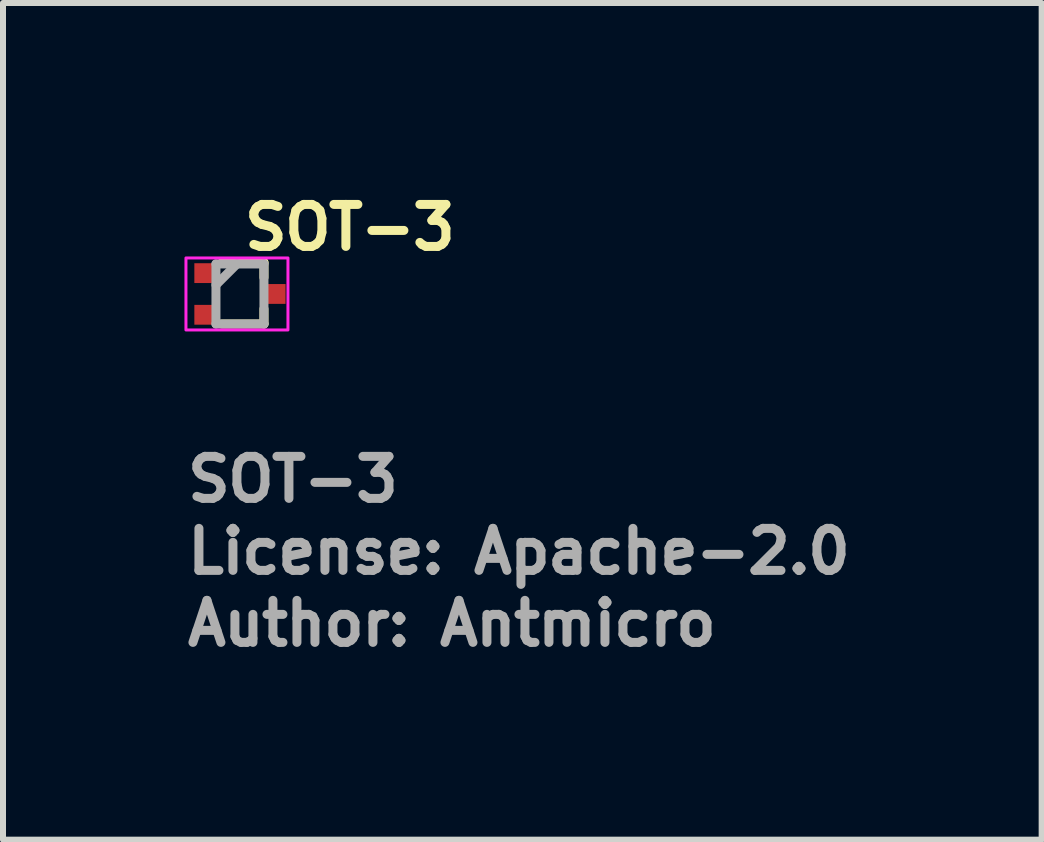
<source format=kicad_pcb>
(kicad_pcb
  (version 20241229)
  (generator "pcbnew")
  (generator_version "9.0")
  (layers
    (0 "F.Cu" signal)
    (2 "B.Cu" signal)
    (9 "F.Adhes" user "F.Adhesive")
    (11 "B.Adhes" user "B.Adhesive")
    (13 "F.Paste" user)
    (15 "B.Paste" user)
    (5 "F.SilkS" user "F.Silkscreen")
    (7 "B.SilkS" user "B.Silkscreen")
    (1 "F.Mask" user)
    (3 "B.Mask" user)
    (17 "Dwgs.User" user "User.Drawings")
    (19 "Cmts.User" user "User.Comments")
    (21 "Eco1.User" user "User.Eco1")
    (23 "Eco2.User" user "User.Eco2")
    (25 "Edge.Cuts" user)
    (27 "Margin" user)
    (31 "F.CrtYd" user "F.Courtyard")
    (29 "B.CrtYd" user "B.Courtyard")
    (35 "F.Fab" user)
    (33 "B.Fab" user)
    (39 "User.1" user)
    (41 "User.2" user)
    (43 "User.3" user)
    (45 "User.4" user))
  (footprint "SOT-3"
    (layer "F.Cu")
    (at 0.949 1.849)
    (property "Reference" "SOT-3" (at 0 -0.699 0) (layer "F.SilkS") (effects (font (size 0.7 0.7) (thickness 0.15)) (justify left bottom)))
    (attr smd)
    (fp_line (start 0.4 -0.525) (end -0.3 -0.525) (stroke (width 0.15) (type solid)) (layer "F.SilkS"))
    (fp_line (start 0.4 -0.275) (end 0.4 -0.525) (stroke (width 0.15) (type solid)) (layer "F.SilkS"))
    (fp_line (start 0.4 0.5) (end -0.3 0.5) (stroke (width 0.15) (type solid)) (layer "F.SilkS"))
    (fp_line (start 0.4 0.5) (end 0.4 0.25) (stroke (width 0.15) (type solid)) (layer "F.SilkS"))
    (fp_rect (start -0.9 -0.6) (end 0.8 0.6) (stroke (width 0.05) (type solid)) (fill no) (layer "F.CrtYd"))
    (fp_line (start -0.4 -0.5) (end 0.4 -0.5) (stroke (width 0.15) (type solid)) (layer "F.Fab"))
    (fp_line (start -0.4 -0.15) (end -0.05 -0.5) (stroke (width 0.15) (type solid)) (layer "F.Fab"))
    (fp_line (start -0.4 0.5) (end -0.4 -0.5) (stroke (width 0.15) (type solid)) (layer "F.Fab"))
    (fp_line (start 0.4 -0.5) (end 0.4 0.5) (stroke (width 0.15) (type solid)) (layer "F.Fab"))
    (fp_line (start 0.4 0.5) (end -0.4 0.5) (stroke (width 0.15) (type solid)) (layer "F.Fab"))
    (fp_rect (start -0.5 -0.5) (end 0.5 0.5) (stroke (width 0.1) (type solid)) (fill no) (layer "User.5"))
    (fp_line (start -0.5 -0.425) (end -0.5 -0.275) (stroke (width 0.02) (type solid)) (layer "User.9"))
    (fp_line (start -0.5 -0.275) (end -0.393 -0.275) (stroke (width 0.02) (type solid)) (layer "User.9"))
    (fp_line (start -0.5 0.275) (end -0.5 0.425) (stroke (width 0.02) (type solid)) (layer "User.9"))
    (fp_line (start -0.5 0.425) (end -0.393 0.425) (stroke (width 0.02) (type solid)) (layer "User.9"))
    (fp_line (start -0.4 -0.474) (end -0.4 -0.425) (stroke (width 0.02) (type solid)) (layer "User.9"))
    (fp_line (start -0.4 -0.474) (end -0.399 -0.476) (stroke (width 0.02) (type solid)) (layer "User.9"))
    (fp_line (start -0.4 -0.275) (end -0.4 0.275) (stroke (width 0.02) (type solid)) (layer "User.9"))
    (fp_line (start -0.4 0.425) (end -0.4 0.474) (stroke (width 0.02) (type solid)) (layer "User.9"))
    (fp_line (start -0.399 -0.48) (end -0.398 -0.481) (stroke (width 0.02) (type solid)) (layer "User.9"))
    (fp_line (start -0.399 -0.478) (end -0.399 -0.48) (stroke (width 0.02) (type solid)) (layer "User.9"))
    (fp_line (start -0.399 -0.476) (end -0.399 -0.478) (stroke (width 0.02) (type solid)) (layer "User.9"))
    (fp_line (start -0.399 0.476) (end -0.4 0.474) (stroke (width 0.02) (type solid)) (layer "User.9"))
    (fp_line (start -0.399 0.478) (end -0.399 0.476) (stroke (width 0.02) (type solid)) (layer "User.9"))
    (fp_line (start -0.399 0.48) (end -0.399 0.478) (stroke (width 0.02) (type solid)) (layer "User.9"))
    (fp_line (start -0.398 -0.484) (end -0.397 -0.485) (stroke (width 0.02) (type solid)) (layer "User.9"))
    (fp_line (start -0.398 -0.482) (end -0.398 -0.484) (stroke (width 0.02) (type solid)) (layer "User.9"))
    (fp_line (start -0.398 -0.481) (end -0.398 -0.482) (stroke (width 0.02) (type solid)) (layer "User.9"))
    (fp_line (start -0.398 0.481) (end -0.399 0.48) (stroke (width 0.02) (type solid)) (layer "User.9"))
    (fp_line (start -0.398 0.482) (end -0.398 0.481) (stroke (width 0.02) (type solid)) (layer "User.9"))
    (fp_line (start -0.398 0.484) (end -0.398 0.482) (stroke (width 0.02) (type solid)) (layer "User.9"))
    (fp_line (start -0.397 -0.486) (end -0.396 -0.487) (stroke (width 0.02) (type solid)) (layer "User.9"))
    (fp_line (start -0.397 -0.485) (end -0.397 -0.486) (stroke (width 0.02) (type solid)) (layer "User.9"))
    (fp_line (start -0.397 0.485) (end -0.398 0.484) (stroke (width 0.02) (type solid)) (layer "User.9"))
    (fp_line (start -0.397 0.486) (end -0.397 0.485) (stroke (width 0.02) (type solid)) (layer "User.9"))
    (fp_line (start -0.396 -0.488) (end -0.395 -0.489) (stroke (width 0.02) (type solid)) (layer "User.9"))
    (fp_line (start -0.396 -0.487) (end -0.396 -0.488) (stroke (width 0.02) (type solid)) (layer "User.9"))
    (fp_line (start -0.396 0.487) (end -0.397 0.486) (stroke (width 0.02) (type solid)) (layer "User.9"))
    (fp_line (start -0.396 0.488) (end -0.396 0.487) (stroke (width 0.02) (type solid)) (layer "User.9"))
    (fp_line (start -0.395 -0.489) (end -0.394 -0.49) (stroke (width 0.02) (type solid)) (layer "User.9"))
    (fp_line (start -0.395 0.489) (end -0.396 0.488) (stroke (width 0.02) (type solid)) (layer "User.9"))
    (fp_line (start -0.394 -0.491) (end -0.393 -0.492) (stroke (width 0.02) (type solid)) (layer "User.9"))
    (fp_line (start -0.394 -0.49) (end -0.394 -0.491) (stroke (width 0.02) (type solid)) (layer "User.9"))
    (fp_line (start -0.394 0.49) (end -0.395 0.489) (stroke (width 0.02) (type solid)) (layer "User.9"))
    (fp_line (start -0.394 0.491) (end -0.394 0.49) (stroke (width 0.02) (type solid)) (layer "User.9"))
    (fp_line (start -0.393 -0.492) (end -0.392 -0.492) (stroke (width 0.02) (type solid)) (layer "User.9"))
    (fp_line (start -0.393 -0.425) (end -0.5 -0.425) (stroke (width 0.02) (type solid)) (layer "User.9"))
    (fp_line (start -0.393 -0.425) (end -0.393 -0.275) (stroke (width 0.02) (type solid)) (layer "User.9"))
    (fp_line (start -0.393 0.275) (end -0.5 0.275) (stroke (width 0.02) (type solid)) (layer "User.9"))
    (fp_line (start -0.393 0.275) (end -0.393 0.425) (stroke (width 0.02) (type solid)) (layer "User.9"))
    (fp_line (start -0.393 0.492) (end -0.394 0.491) (stroke (width 0.02) (type solid)) (layer "User.9"))
    (fp_line (start -0.392 -0.493) (end -0.391 -0.494) (stroke (width 0.02) (type solid)) (layer "User.9"))
    (fp_line (start -0.392 -0.492) (end -0.392 -0.493) (stroke (width 0.02) (type solid)) (layer "User.9"))
    (fp_line (start -0.392 0.492) (end -0.393 0.492) (stroke (width 0.02) (type solid)) (layer "User.9"))
    (fp_line (start -0.392 0.493) (end -0.392 0.492) (stroke (width 0.02) (type solid)) (layer "User.9"))
    (fp_line (start -0.391 -0.494) (end -0.39 -0.494) (stroke (width 0.02) (type solid)) (layer "User.9"))
    (fp_line (start -0.391 0.494) (end -0.392 0.493) (stroke (width 0.02) (type solid)) (layer "User.9"))
    (fp_line (start -0.39 -0.494) (end -0.389 -0.495) (stroke (width 0.02) (type solid)) (layer "User.9"))
    (fp_line (start -0.39 0.494) (end -0.391 0.494) (stroke (width 0.02) (type solid)) (layer "User.9"))
    (fp_line (start -0.389 -0.495) (end -0.388 -0.496) (stroke (width 0.02) (type solid)) (layer "User.9"))
    (fp_line (start -0.389 0.495) (end -0.39 0.494) (stroke (width 0.02) (type solid)) (layer "User.9"))
    (fp_line (start -0.388 -0.496) (end -0.387 -0.496) (stroke (width 0.02) (type solid)) (layer "User.9"))
    (fp_line (start -0.388 0.496) (end -0.389 0.495) (stroke (width 0.02) (type solid)) (layer "User.9"))
    (fp_line (start -0.387 -0.496) (end -0.386 -0.497) (stroke (width 0.02) (type solid)) (layer "User.9"))
    (fp_line (start -0.387 0.496) (end -0.388 0.496) (stroke (width 0.02) (type solid)) (layer "User.9"))
    (fp_line (start -0.386 -0.497) (end -0.385 -0.497) (stroke (width 0.02) (type solid)) (layer "User.9"))
    (fp_line (start -0.386 0.497) (end -0.387 0.496) (stroke (width 0.02) (type solid)) (layer "User.9"))
    (fp_line (start -0.385 -0.497) (end -0.384 -0.498) (stroke (width 0.02) (type solid)) (layer "User.9"))
    (fp_line (start -0.385 0.497) (end -0.386 0.497) (stroke (width 0.02) (type solid)) (layer "User.9"))
    (fp_line (start -0.384 -0.498) (end -0.382 -0.498) (stroke (width 0.02) (type solid)) (layer "User.9"))
    (fp_line (start -0.384 0.498) (end -0.385 0.497) (stroke (width 0.02) (type solid)) (layer "User.9"))
    (fp_line (start -0.382 -0.498) (end -0.381 -0.498) (stroke (width 0.02) (type solid)) (layer "User.9"))
    (fp_line (start -0.382 0.498) (end -0.384 0.498) (stroke (width 0.02) (type solid)) (layer "User.9"))
    (fp_line (start -0.381 -0.498) (end -0.38 -0.499) (stroke (width 0.02) (type solid)) (layer "User.9"))
    (fp_line (start -0.381 0.498) (end -0.382 0.498) (stroke (width 0.02) (type solid)) (layer "User.9"))
    (fp_line (start -0.38 -0.499) (end -0.379 -0.499) (stroke (width 0.02) (type solid)) (layer "User.9"))
    (fp_line (start -0.38 0.499) (end -0.381 0.498) (stroke (width 0.02) (type solid)) (layer "User.9"))
    (fp_line (start -0.379 -0.499) (end -0.377 -0.499) (stroke (width 0.02) (type solid)) (layer "User.9"))
    (fp_line (start -0.379 0.499) (end -0.38 0.499) (stroke (width 0.02) (type solid)) (layer "User.9"))
    (fp_line (start -0.377 -0.499) (end -0.375 -0.5) (stroke (width 0.02) (type solid)) (layer "User.9"))
    (fp_line (start -0.377 0.499) (end -0.379 0.499) (stroke (width 0.02) (type solid)) (layer "User.9"))
    (fp_line (start -0.375 -0.5) (end 0.375 -0.5) (stroke (width 0.02) (type solid)) (layer "User.9"))
    (fp_line (start -0.375 0.5) (end -0.377 0.499) (stroke (width 0.02) (type solid)) (layer "User.9"))
    (fp_line (start -0.375 0.5) (end 0.375 0.5) (stroke (width 0.02) (type solid)) (layer "User.9"))
    (fp_line (start -0.36 -0.442) (end -0.36 -0.44) (stroke (width 0.02) (type solid)) (layer "User.9"))
    (fp_line (start -0.36 -0.44) (end -0.36 -0.439) (stroke (width 0.02) (type solid)) (layer "User.9"))
    (fp_line (start -0.36 -0.439) (end -0.36 -0.438) (stroke (width 0.02) (type solid)) (layer "User.9"))
    (fp_line (start -0.36 -0.438) (end -0.36 -0.437) (stroke (width 0.02) (type solid)) (layer "User.9"))
    (fp_line (start -0.36 -0.437) (end -0.36 -0.435) (stroke (width 0.02) (type solid)) (layer "User.9"))
    (fp_line (start -0.36 0.435) (end -0.36 0.437) (stroke (width 0.02) (type solid)) (layer "User.9"))
    (fp_line (start -0.36 0.437) (end -0.36 0.438) (stroke (width 0.02) (type solid)) (layer "User.9"))
    (fp_line (start -0.36 0.438) (end -0.36 0.439) (stroke (width 0.02) (type solid)) (layer "User.9"))
    (fp_line (start -0.36 0.439) (end -0.36 0.44) (stroke (width 0.02) (type solid)) (layer "User.9"))
    (fp_line (start -0.36 0.44) (end -0.36 0.442) (stroke (width 0.02) (type solid)) (layer "User.9"))
    (fp_line (start -0.36 0.442) (end -0.359 0.443) (stroke (width 0.02) (type solid)) (layer "User.9"))
    (fp_line (start -0.359 -0.444) (end -0.359 -0.443) (stroke (width 0.02) (type solid)) (layer "User.9"))
    (fp_line (start -0.359 -0.443) (end -0.36 -0.442) (stroke (width 0.02) (type solid)) (layer "User.9"))
    (fp_line (start -0.359 0.443) (end -0.359 0.444) (stroke (width 0.02) (type solid)) (layer "User.9"))
    (fp_line (start -0.359 0.444) (end -0.358 0.445) (stroke (width 0.02) (type solid)) (layer "User.9"))
    (fp_line (start -0.358 -0.446) (end -0.358 -0.445) (stroke (width 0.02) (type solid)) (layer "User.9"))
    (fp_line (start -0.358 -0.445) (end -0.359 -0.444) (stroke (width 0.02) (type solid)) (layer "User.9"))
    (fp_line (start -0.358 0.445) (end -0.358 0.446) (stroke (width 0.02) (type solid)) (layer "User.9"))
    (fp_line (start -0.358 0.446) (end -0.357 0.447) (stroke (width 0.02) (type solid)) (layer "User.9"))
    (fp_line (start -0.357 -0.448) (end -0.357 -0.447) (stroke (width 0.02) (type solid)) (layer "User.9"))
    (fp_line (start -0.357 -0.447) (end -0.358 -0.446) (stroke (width 0.02) (type solid)) (layer "User.9"))
    (fp_line (start -0.357 0.447) (end -0.357 0.448) (stroke (width 0.02) (type solid)) (layer "User.9"))
    (fp_line (start -0.357 0.448) (end -0.356 0.449) (stroke (width 0.02) (type solid)) (layer "User.9"))
    (fp_line (start -0.356 -0.449) (end -0.357 -0.448) (stroke (width 0.02) (type solid)) (layer "User.9"))
    (fp_line (start -0.356 0.449) (end -0.355 0.45) (stroke (width 0.02) (type solid)) (layer "User.9"))
    (fp_line (start -0.355 -0.451) (end -0.355 -0.45) (stroke (width 0.02) (type solid)) (layer "User.9"))
    (fp_line (start -0.355 -0.45) (end -0.356 -0.449) (stroke (width 0.02) (type solid)) (layer "User.9"))
    (fp_line (start -0.355 0.45) (end -0.355 0.451) (stroke (width 0.02) (type solid)) (layer "User.9"))
    (fp_line (start -0.355 0.451) (end -0.354 0.452) (stroke (width 0.02) (type solid)) (layer "User.9"))
    (fp_line (start -0.354 -0.452) (end -0.355 -0.451) (stroke (width 0.02) (type solid)) (layer "User.9"))
    (fp_line (start -0.354 0.452) (end -0.353 0.453) (stroke (width 0.02) (type solid)) (layer "User.9"))
    (fp_line (start -0.353 -0.453) (end -0.354 -0.452) (stroke (width 0.02) (type solid)) (layer "User.9"))
    (fp_line (start -0.353 0.453) (end -0.352 0.454) (stroke (width 0.02) (type solid)) (layer "User.9"))
    (fp_line (start -0.352 -0.454) (end -0.353 -0.453) (stroke (width 0.02) (type solid)) (layer "User.9"))
    (fp_line (start -0.352 0.454) (end -0.35 0.455) (stroke (width 0.02) (type solid)) (layer "User.9"))
    (fp_line (start -0.35 -0.455) (end -0.352 -0.454) (stroke (width 0.02) (type solid)) (layer "User.9"))
    (fp_line (start -0.35 0.455) (end -0.349 0.455) (stroke (width 0.02) (type solid)) (layer "User.9"))
    (fp_line (start -0.349 -0.455) (end -0.35 -0.455) (stroke (width 0.02) (type solid)) (layer "User.9"))
    (fp_line (start -0.349 0.455) (end -0.348 0.456) (stroke (width 0.02) (type solid)) (layer "User.9"))
    (fp_line (start -0.348 -0.456) (end -0.349 -0.455) (stroke (width 0.02) (type solid)) (layer "User.9"))
    (fp_line (start -0.348 0.456) (end -0.347 0.457) (stroke (width 0.02) (type solid)) (layer "User.9"))
    (fp_line (start -0.347 -0.457) (end -0.348 -0.456) (stroke (width 0.02) (type solid)) (layer "User.9"))
    (fp_line (start -0.347 0.457) (end -0.346 0.457) (stroke (width 0.02) (type solid)) (layer "User.9"))
    (fp_line (start -0.346 -0.457) (end -0.347 -0.457) (stroke (width 0.02) (type solid)) (layer "User.9"))
    (fp_line (start -0.346 0.457) (end -0.345 0.458) (stroke (width 0.02) (type solid)) (layer "User.9"))
    (fp_line (start -0.345 -0.458) (end -0.346 -0.457) (stroke (width 0.02) (type solid)) (layer "User.9"))
    (fp_line (start -0.345 0.458) (end -0.344 0.458) (stroke (width 0.02) (type solid)) (layer "User.9"))
    (fp_line (start -0.344 -0.458) (end -0.345 -0.458) (stroke (width 0.02) (type solid)) (layer "User.9"))
    (fp_line (start -0.344 0.458) (end -0.343 0.459) (stroke (width 0.02) (type solid)) (layer "User.9"))
    (fp_line (start -0.343 -0.459) (end -0.344 -0.458) (stroke (width 0.02) (type solid)) (layer "User.9"))
    (fp_line (start -0.343 -0.459) (end -0.343 -0.459) (stroke (width 0.02) (type solid)) (layer "User.9"))
    (fp_line (start -0.343 0.459) (end -0.343 0.459) (stroke (width 0.02) (type solid)) (layer "User.9"))
    (fp_line (start -0.343 0.459) (end -0.342 0.46) (stroke (width 0.02) (type solid)) (layer "User.9"))
    (fp_line (start -0.342 -0.46) (end -0.343 -0.459) (stroke (width 0.02) (type solid)) (layer "User.9"))
    (fp_line (start -0.342 0.46) (end -0.34 0.46) (stroke (width 0.02) (type solid)) (layer "User.9"))
    (fp_line (start -0.34 -0.46) (end -0.342 -0.46) (stroke (width 0.02) (type solid)) (layer "User.9"))
    (fp_line (start -0.34 0.46) (end -0.339 0.46) (stroke (width 0.02) (type solid)) (layer "User.9"))
    (fp_line (start -0.339 -0.46) (end -0.34 -0.46) (stroke (width 0.02) (type solid)) (layer "User.9"))
    (fp_line (start -0.339 0.46) (end -0.338 0.46) (stroke (width 0.02) (type solid)) (layer "User.9"))
    (fp_line (start -0.338 -0.46) (end -0.339 -0.46) (stroke (width 0.02) (type solid)) (layer "User.9"))
    (fp_line (start -0.338 0.46) (end -0.337 0.46) (stroke (width 0.02) (type solid)) (layer "User.9"))
    (fp_line (start -0.337 -0.46) (end -0.338 -0.46) (stroke (width 0.02) (type solid)) (layer "User.9"))
    (fp_line (start -0.337 0.46) (end -0.335 0.46) (stroke (width 0.02) (type solid)) (layer "User.9"))
    (fp_line (start -0.335 -0.46) (end -0.337 -0.46) (stroke (width 0.02) (type solid)) (layer "User.9"))
    (fp_line (start -0.335 -0.435) (end -0.335 -0.46) (stroke (width 0.02) (type solid)) (layer "User.9"))
    (fp_line (start -0.335 0.435) (end -0.36 0.435) (stroke (width 0.02) (type solid)) (layer "User.9"))
    (fp_line (start 0.335 -0.46) (end 0.335 -0.435) (stroke (width 0.02) (type solid)) (layer "User.9"))
    (fp_line (start 0.335 -0.435) (end 0.36 -0.435) (stroke (width 0.02) (type solid)) (layer "User.9"))
    (fp_line (start 0.335 0.435) (end 0.335 0.46) (stroke (width 0.02) (type solid)) (layer "User.9"))
    (fp_line (start 0.335 0.46) (end 0.337 0.46) (stroke (width 0.02) (type solid)) (layer "User.9"))
    (fp_line (start 0.337 0.46) (end 0.338 0.46) (stroke (width 0.02) (type solid)) (layer "User.9"))
    (fp_line (start 0.338 0.46) (end 0.339 0.46) (stroke (width 0.02) (type solid)) (layer "User.9"))
    (fp_line (start 0.339 0.46) (end 0.34 0.46) (stroke (width 0.02) (type solid)) (layer "User.9"))
    (fp_line (start 0.34 0.46) (end 0.342 0.46) (stroke (width 0.02) (type solid)) (layer "User.9"))
    (fp_line (start 0.342 0.46) (end 0.343 0.459) (stroke (width 0.02) (type solid)) (layer "User.9"))
    (fp_line (start 0.343 0.459) (end 0.343 0.459) (stroke (width 0.02) (type solid)) (layer "User.9"))
    (fp_line (start 0.343 0.459) (end 0.344 0.458) (stroke (width 0.02) (type solid)) (layer "User.9"))
    (fp_line (start 0.344 0.458) (end 0.345 0.458) (stroke (width 0.02) (type solid)) (layer "User.9"))
    (fp_line (start 0.345 0.458) (end 0.346 0.457) (stroke (width 0.02) (type solid)) (layer "User.9"))
    (fp_line (start 0.346 0.457) (end 0.347 0.457) (stroke (width 0.02) (type solid)) (layer "User.9"))
    (fp_line (start 0.347 0.457) (end 0.348 0.456) (stroke (width 0.02) (type solid)) (layer "User.9"))
    (fp_line (start 0.348 0.456) (end 0.349 0.455) (stroke (width 0.02) (type solid)) (layer "User.9"))
    (fp_line (start 0.349 0.455) (end 0.35 0.455) (stroke (width 0.02) (type solid)) (layer "User.9"))
    (fp_line (start 0.35 0.455) (end 0.352 0.454) (stroke (width 0.02) (type solid)) (layer "User.9"))
    (fp_line (start 0.352 0.454) (end 0.353 0.453) (stroke (width 0.02) (type solid)) (layer "User.9"))
    (fp_line (start 0.353 0.453) (end 0.354 0.452) (stroke (width 0.02) (type solid)) (layer "User.9"))
    (fp_line (start 0.354 0.452) (end 0.355 0.451) (stroke (width 0.02) (type solid)) (layer "User.9"))
    (fp_line (start 0.355 0.45) (end 0.356 0.449) (stroke (width 0.02) (type solid)) (layer "User.9"))
    (fp_line (start 0.355 0.451) (end 0.355 0.45) (stroke (width 0.02) (type solid)) (layer "User.9"))
    (fp_line (start 0.356 0.449) (end 0.357 0.448) (stroke (width 0.02) (type solid)) (layer "User.9"))
    (fp_line (start 0.357 0.447) (end 0.358 0.446) (stroke (width 0.02) (type solid)) (layer "User.9"))
    (fp_line (start 0.357 0.448) (end 0.357 0.447) (stroke (width 0.02) (type solid)) (layer "User.9"))
    (fp_line (start 0.358 0.445) (end 0.359 0.444) (stroke (width 0.02) (type solid)) (layer "User.9"))
    (fp_line (start 0.358 0.446) (end 0.358 0.445) (stroke (width 0.02) (type solid)) (layer "User.9"))
    (fp_line (start 0.359 0.443) (end 0.36 0.442) (stroke (width 0.02) (type solid)) (layer "User.9"))
    (fp_line (start 0.359 0.444) (end 0.359 0.443) (stroke (width 0.02) (type solid)) (layer "User.9"))
    (fp_line (start 0.36 0.437) (end 0.36 0.435) (stroke (width 0.02) (type solid)) (layer "User.9"))
    (fp_line (start 0.36 0.438) (end 0.36 0.437) (stroke (width 0.02) (type solid)) (layer "User.9"))
    (fp_line (start 0.36 0.439) (end 0.36 0.438) (stroke (width 0.02) (type solid)) (layer "User.9"))
    (fp_line (start 0.36 0.44) (end 0.36 0.439) (stroke (width 0.02) (type solid)) (layer "User.9"))
    (fp_line (start 0.36 0.442) (end 0.36 0.44) (stroke (width 0.02) (type solid)) (layer "User.9"))
    (fp_line (start 0.375 -0.5) (end 0.377 -0.499) (stroke (width 0.02) (type solid)) (layer "User.9"))
    (fp_line (start 0.377 -0.499) (end 0.379 -0.499) (stroke (width 0.02) (type solid)) (layer "User.9"))
    (fp_line (start 0.377 0.499) (end 0.375 0.5) (stroke (width 0.02) (type solid)) (layer "User.9"))
    (fp_line (start 0.379 -0.499) (end 0.38 -0.499) (stroke (width 0.02) (type solid)) (layer "User.9"))
    (fp_line (start 0.379 0.499) (end 0.377 0.499) (stroke (width 0.02) (type solid)) (layer "User.9"))
    (fp_line (start 0.38 -0.499) (end 0.381 -0.498) (stroke (width 0.02) (type solid)) (layer "User.9"))
    (fp_line (start 0.38 0.499) (end 0.379 0.499) (stroke (width 0.02) (type solid)) (layer "User.9"))
    (fp_line (start 0.381 -0.498) (end 0.382 -0.498) (stroke (width 0.02) (type solid)) (layer "User.9"))
    (fp_line (start 0.381 0.498) (end 0.38 0.499) (stroke (width 0.02) (type solid)) (layer "User.9"))
    (fp_line (start 0.382 -0.498) (end 0.384 -0.498) (stroke (width 0.02) (type solid)) (layer "User.9"))
    (fp_line (start 0.382 0.498) (end 0.381 0.498) (stroke (width 0.02) (type solid)) (layer "User.9"))
    (fp_line (start 0.384 -0.498) (end 0.385 -0.497) (stroke (width 0.02) (type solid)) (layer "User.9"))
    (fp_line (start 0.384 0.498) (end 0.382 0.498) (stroke (width 0.02) (type solid)) (layer "User.9"))
    (fp_line (start 0.385 -0.497) (end 0.386 -0.497) (stroke (width 0.02) (type solid)) (layer "User.9"))
    (fp_line (start 0.385 0.497) (end 0.384 0.498) (stroke (width 0.02) (type solid)) (layer "User.9"))
    (fp_line (start 0.386 -0.497) (end 0.387 -0.496) (stroke (width 0.02) (type solid)) (layer "User.9"))
    (fp_line (start 0.386 0.497) (end 0.385 0.497) (stroke (width 0.02) (type solid)) (layer "User.9"))
    (fp_line (start 0.387 -0.496) (end 0.388 -0.496) (stroke (width 0.02) (type solid)) (layer "User.9"))
    (fp_line (start 0.387 0.496) (end 0.386 0.497) (stroke (width 0.02) (type solid)) (layer "User.9"))
    (fp_line (start 0.388 -0.496) (end 0.389 -0.495) (stroke (width 0.02) (type solid)) (layer "User.9"))
    (fp_line (start 0.388 0.496) (end 0.387 0.496) (stroke (width 0.02) (type solid)) (layer "User.9"))
    (fp_line (start 0.389 -0.495) (end 0.39 -0.494) (stroke (width 0.02) (type solid)) (layer "User.9"))
    (fp_line (start 0.389 0.495) (end 0.388 0.496) (stroke (width 0.02) (type solid)) (layer "User.9"))
    (fp_line (start 0.39 -0.494) (end 0.391 -0.494) (stroke (width 0.02) (type solid)) (layer "User.9"))
    (fp_line (start 0.39 0.494) (end 0.389 0.495) (stroke (width 0.02) (type solid)) (layer "User.9"))
    (fp_line (start 0.391 -0.494) (end 0.392 -0.493) (stroke (width 0.02) (type solid)) (layer "User.9"))
    (fp_line (start 0.391 0.494) (end 0.39 0.494) (stroke (width 0.02) (type solid)) (layer "User.9"))
    (fp_line (start 0.392 -0.493) (end 0.392 -0.492) (stroke (width 0.02) (type solid)) (layer "User.9"))
    (fp_line (start 0.392 -0.492) (end 0.393 -0.492) (stroke (width 0.02) (type solid)) (layer "User.9"))
    (fp_line (start 0.392 0.492) (end 0.392 0.493) (stroke (width 0.02) (type solid)) (layer "User.9"))
    (fp_line (start 0.392 0.493) (end 0.391 0.494) (stroke (width 0.02) (type solid)) (layer "User.9"))
    (fp_line (start 0.393 -0.492) (end 0.394 -0.491) (stroke (width 0.02) (type solid)) (layer "User.9"))
    (fp_line (start 0.393 -0.075) (end 0.393 0.075) (stroke (width 0.02) (type solid)) (layer "User.9"))
    (fp_line (start 0.393 0.075) (end 0.5 0.075) (stroke (width 0.02) (type solid)) (layer "User.9"))
    (fp_line (start 0.393 0.492) (end 0.392 0.492) (stroke (width 0.02) (type solid)) (layer "User.9"))
    (fp_line (start 0.394 -0.491) (end 0.394 -0.49) (stroke (width 0.02) (type solid)) (layer "User.9"))
    (fp_line (start 0.394 -0.49) (end 0.395 -0.489) (stroke (width 0.02) (type solid)) (layer "User.9"))
    (fp_line (start 0.394 0.49) (end 0.394 0.491) (stroke (width 0.02) (type solid)) (layer "User.9"))
    (fp_line (start 0.394 0.491) (end 0.393 0.492) (stroke (width 0.02) (type solid)) (layer "User.9"))
    (fp_line (start 0.395 -0.489) (end 0.396 -0.488) (stroke (width 0.02) (type solid)) (layer "User.9"))
    (fp_line (start 0.395 0.489) (end 0.394 0.49) (stroke (width 0.02) (type solid)) (layer "User.9"))
    (fp_line (start 0.396 -0.488) (end 0.396 -0.487) (stroke (width 0.02) (type solid)) (layer "User.9"))
    (fp_line (start 0.396 -0.487) (end 0.397 -0.486) (stroke (width 0.02) (type solid)) (layer "User.9"))
    (fp_line (start 0.396 0.487) (end 0.396 0.488) (stroke (width 0.02) (type solid)) (layer "User.9"))
    (fp_line (start 0.396 0.488) (end 0.395 0.489) (stroke (width 0.02) (type solid)) (layer "User.9"))
    (fp_line (start 0.397 -0.486) (end 0.397 -0.485) (stroke (width 0.02) (type solid)) (layer "User.9"))
    (fp_line (start 0.397 -0.485) (end 0.398 -0.484) (stroke (width 0.02) (type solid)) (layer "User.9"))
    (fp_line (start 0.397 0.485) (end 0.397 0.486) (stroke (width 0.02) (type solid)) (layer "User.9"))
    (fp_line (start 0.397 0.486) (end 0.396 0.487) (stroke (width 0.02) (type solid)) (layer "User.9"))
    (fp_line (start 0.398 -0.484) (end 0.398 -0.482) (stroke (width 0.02) (type solid)) (layer "User.9"))
    (fp_line (start 0.398 -0.482) (end 0.398 -0.481) (stroke (width 0.02) (type solid)) (layer "User.9"))
    (fp_line (start 0.398 -0.481) (end 0.399 -0.48) (stroke (width 0.02) (type solid)) (layer "User.9"))
    (fp_line (start 0.398 0.481) (end 0.398 0.482) (stroke (width 0.02) (type solid)) (layer "User.9"))
    (fp_line (start 0.398 0.482) (end 0.398 0.484) (stroke (width 0.02) (type solid)) (layer "User.9"))
    (fp_line (start 0.398 0.484) (end 0.397 0.485) (stroke (width 0.02) (type solid)) (layer "User.9"))
    (fp_line (start 0.399 -0.48) (end 0.399 -0.478) (stroke (width 0.02) (type solid)) (layer "User.9"))
    (fp_line (start 0.399 -0.478) (end 0.399 -0.476) (stroke (width 0.02) (type solid)) (layer "User.9"))
    (fp_line (start 0.399 -0.476) (end 0.4 -0.474) (stroke (width 0.02) (type solid)) (layer "User.9"))
    (fp_line (start 0.399 0.476) (end 0.399 0.478) (stroke (width 0.02) (type solid)) (layer "User.9"))
    (fp_line (start 0.399 0.478) (end 0.399 0.48) (stroke (width 0.02) (type solid)) (layer "User.9"))
    (fp_line (start 0.399 0.48) (end 0.398 0.481) (stroke (width 0.02) (type solid)) (layer "User.9"))
    (fp_line (start 0.4 -0.474) (end 0.4 -0.075) (stroke (width 0.02) (type solid)) (layer "User.9"))
    (fp_line (start 0.4 0.075) (end 0.4 0.474) (stroke (width 0.02) (type solid)) (layer "User.9"))
    (fp_line (start 0.4 0.474) (end 0.399 0.476) (stroke (width 0.02) (type solid)) (layer "User.9"))
    (fp_line (start 0.5 -0.075) (end 0.393 -0.075) (stroke (width 0.02) (type solid)) (layer "User.9"))
    (fp_line (start 0.5 0.075) (end 0.5 -0.075) (stroke (width 0.02) (type solid)) (layer "User.9"))
    (fp_text user "License: Apache-2.0" (at -0.949 4.7 0) (layer "F.Fab") (effects (font (size 0.7 0.7) (thickness 0.15)) (justify left bottom)))
    (fp_text user "Author: Antmicro" (at -0.949 5.9 0) (layer "F.Fab") (effects (font (size 0.7 0.7) (thickness 0.15)) (justify left bottom)))
    (fp_text user "${REFERENCE}" (at -0.949 3.5 0) (layer "F.Fab") (effects (font (size 0.7 0.7) (thickness 0.15)) (justify left bottom)))
    (pad "1" smd rect (at -0.58 -0.347 90) (size 0.33 0.36) (layers "F.Cu" "F.Mask" "F.Paste"))
    (pad "2" smd rect (at -0.58 0.347 90) (size 0.33 0.36) (layers "F.Cu" "F.Mask" "F.Paste"))
    (pad "3" smd rect (at 0.58 0 90) (size 0.33 0.36) (layers "F.Cu" "F.Mask" "F.Paste")))
  (gr_rect
    (start -3 -3)
    (end 14.31 10.944)
    (stroke (width 0.1) (type default))
    (fill no)
    (layer "Edge.Cuts")))
</source>
